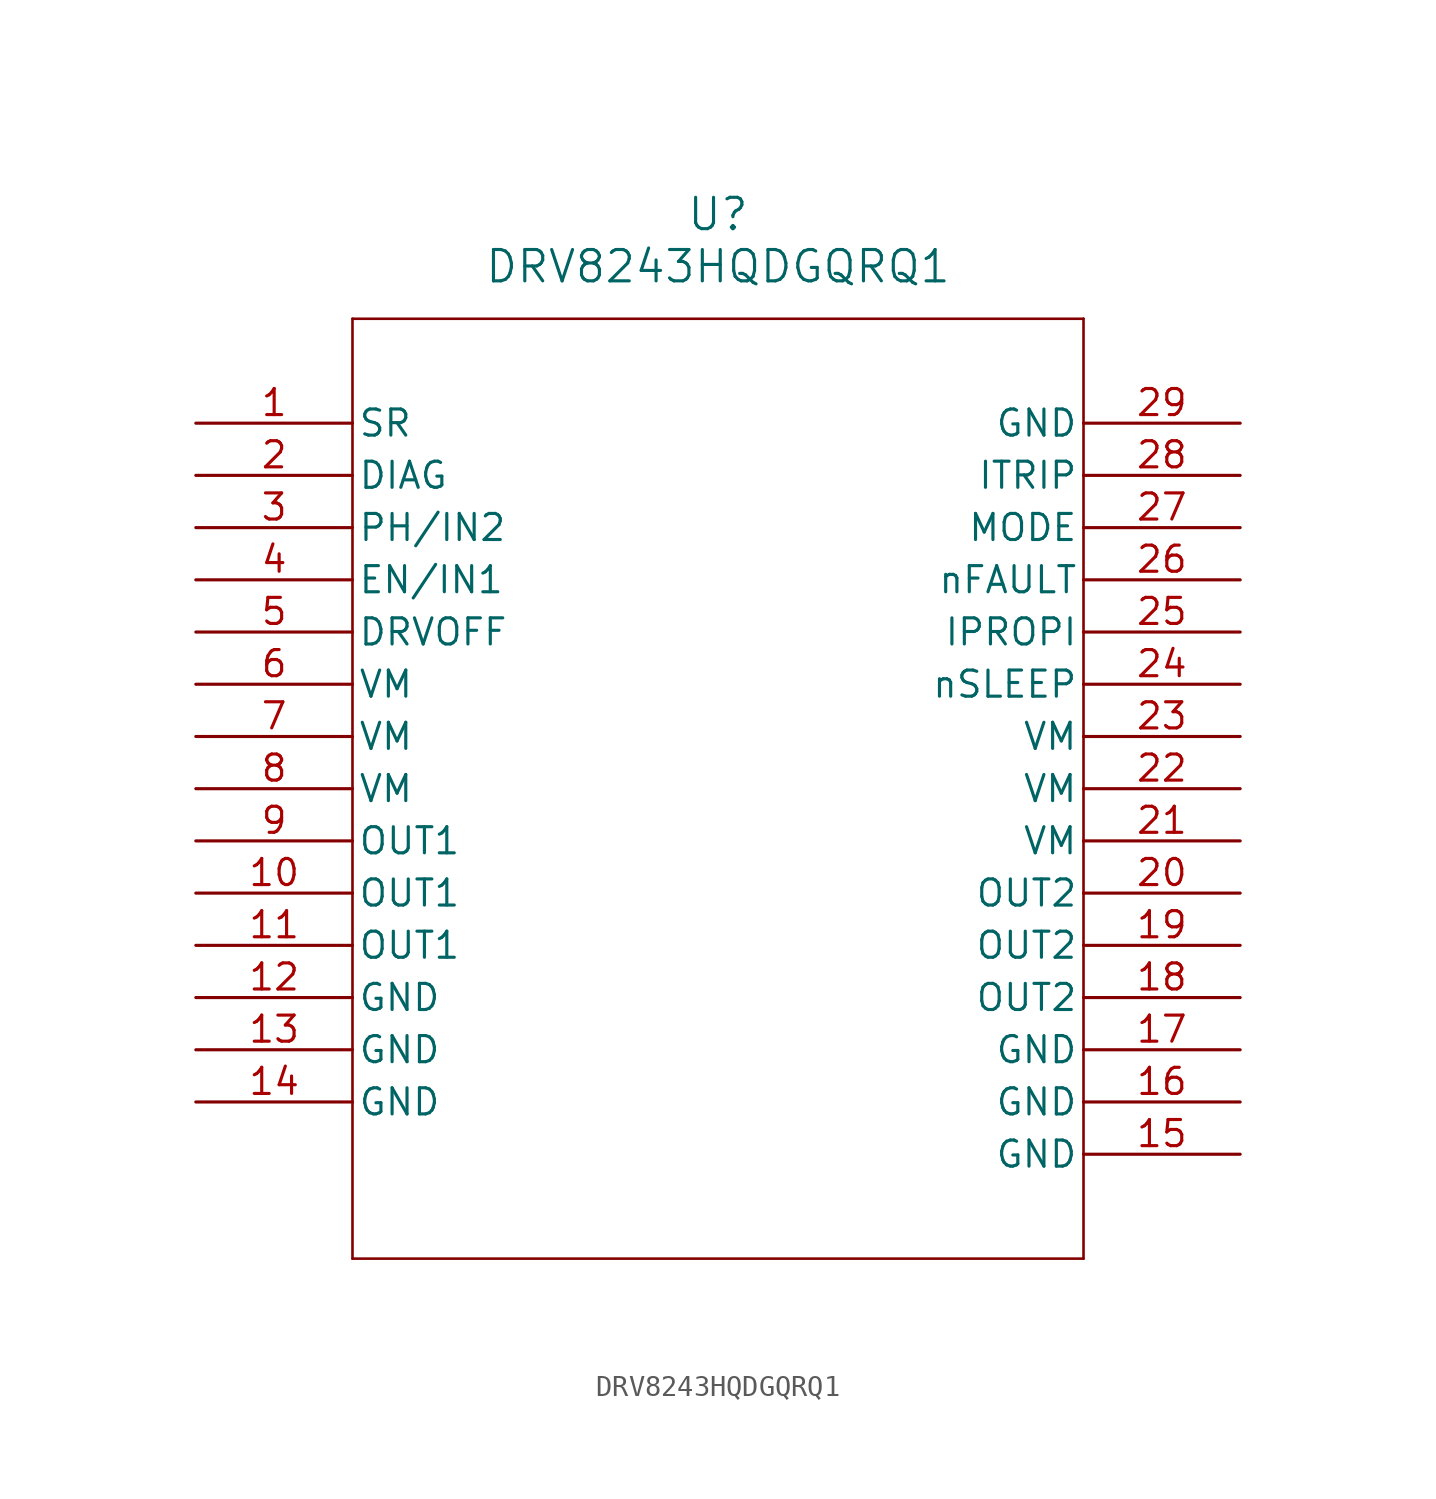
<source format=kicad_sym>
(kicad_symbol_lib
  (version 20211014)
  (generator kicad_symbol_editor)
  (symbol "DRV8243HQDGQRQ1"
    (pin_names
      (offset 0.254))
    (property "Reference" "U"
      (at 25.4 10.16 0)
      (effects (font (size 1.524 1.524))))
    (property "Value" "DRV8243HQDGQRQ1"
      (at 25.4 7.62 0)
      (effects (font (size 1.524 1.524))))
    (symbol "DRV8243HQDGQRQ1_0_1"
      (polyline (pts (xy 7.62 5.08) (xy 7.62 -40.64)) (stroke (width 0.127) (type default) (color 0 0 0 0)) (fill (type none)))
      (polyline (pts (xy 7.62 -40.64) (xy 43.18 -40.64)) (stroke (width 0.127) (type default) (color 0 0 0 0)) (fill (type none)))
      (polyline (pts (xy 43.18 -40.64) (xy 43.18 5.08)) (stroke (width 0.127) (type default) (color 0 0 0 0)) (fill (type none)))
      (polyline (pts (xy 43.18 5.08) (xy 7.62 5.08)) (stroke (width 0.127) (type default) (color 0 0 0 0)) (fill (type none)))
      (pin input line (at 0 0 0) (length 7.62) (name "SR" (effects (font (size 1.27 1.27)))) (number "1" (effects (font (size 1.27 1.27)))))
      (pin input line (at 0 -2.54 0) (length 7.62) (name "DIAG" (effects (font (size 1.27 1.27)))) (number "2" (effects (font (size 1.27 1.27)))))
      (pin input line (at 0 -5.08 0) (length 7.62) (name "PH/IN2" (effects (font (size 1.27 1.27)))) (number "3" (effects (font (size 1.27 1.27)))))
      (pin input line (at 0 -7.62 0) (length 7.62) (name "EN/IN1" (effects (font (size 1.27 1.27)))) (number "4" (effects (font (size 1.27 1.27)))))
      (pin input line (at 0 -10.16 0) (length 7.62) (name "DRVOFF" (effects (font (size 1.27 1.27)))) (number "5" (effects (font (size 1.27 1.27)))))
      (pin power_in line (at 0 -12.7 0) (length 7.62) (name "VM" (effects (font (size 1.27 1.27)))) (number "6" (effects (font (size 1.27 1.27)))))
      (pin power_in line (at 0 -15.24 0) (length 7.62) (name "VM" (effects (font (size 1.27 1.27)))) (number "7" (effects (font (size 1.27 1.27)))))
      (pin power_in line (at 0 -17.78 0) (length 7.62) (name "VM" (effects (font (size 1.27 1.27)))) (number "8" (effects (font (size 1.27 1.27)))))
      (pin power_in line (at 0 -20.32 0) (length 7.62) (name "OUT1" (effects (font (size 1.27 1.27)))) (number "9" (effects (font (size 1.27 1.27)))))
      (pin power_in line (at 0 -22.86 0) (length 7.62) (name "OUT1" (effects (font (size 1.27 1.27)))) (number "10" (effects (font (size 1.27 1.27)))))
      (pin power_in line (at 0 -25.4 0) (length 7.62) (name "OUT1" (effects (font (size 1.27 1.27)))) (number "11" (effects (font (size 1.27 1.27)))))
      (pin power_out line (at 0 -27.94 0) (length 7.62) (name "GND" (effects (font (size 1.27 1.27)))) (number "12" (effects (font (size 1.27 1.27)))))
      (pin power_out line (at 0 -30.48 0) (length 7.62) (name "GND" (effects (font (size 1.27 1.27)))) (number "13" (effects (font (size 1.27 1.27)))))
      (pin power_out line (at 0 -33.02 0) (length 7.62) (name "GND" (effects (font (size 1.27 1.27)))) (number "14" (effects (font (size 1.27 1.27)))))
      (pin power_out line (at 50.8 -35.56 180) (length 7.62) (name "GND" (effects (font (size 1.27 1.27)))) (number "15" (effects (font (size 1.27 1.27)))))
      (pin power_out line (at 50.8 -33.02 180) (length 7.62) (name "GND" (effects (font (size 1.27 1.27)))) (number "16" (effects (font (size 1.27 1.27)))))
      (pin power_out line (at 50.8 -30.48 180) (length 7.62) (name "GND" (effects (font (size 1.27 1.27)))) (number "17" (effects (font (size 1.27 1.27)))))
      (pin power_in line (at 50.8 -27.94 180) (length 7.62) (name "OUT2" (effects (font (size 1.27 1.27)))) (number "18" (effects (font (size 1.27 1.27)))))
      (pin power_in line (at 50.8 -25.4 180) (length 7.62) (name "OUT2" (effects (font (size 1.27 1.27)))) (number "19" (effects (font (size 1.27 1.27)))))
      (pin power_in line (at 50.8 -22.86 180) (length 7.62) (name "OUT2" (effects (font (size 1.27 1.27)))) (number "20" (effects (font (size 1.27 1.27)))))
      (pin power_in line (at 50.8 -20.32 180) (length 7.62) (name "VM" (effects (font (size 1.27 1.27)))) (number "21" (effects (font (size 1.27 1.27)))))
      (pin power_in line (at 50.8 -17.78 180) (length 7.62) (name "VM" (effects (font (size 1.27 1.27)))) (number "22" (effects (font (size 1.27 1.27)))))
      (pin power_in line (at 50.8 -15.24 180) (length 7.62) (name "VM" (effects (font (size 1.27 1.27)))) (number "23" (effects (font (size 1.27 1.27)))))
      (pin input line (at 50.8 -12.7 180) (length 7.62) (name "nSLEEP" (effects (font (size 1.27 1.27)))) (number "24" (effects (font (size 1.27 1.27)))))
      (pin bidirectional line (at 50.8 -10.16 180) (length 7.62) (name "IPROPI" (effects (font (size 1.27 1.27)))) (number "25" (effects (font (size 1.27 1.27)))))
      (pin output line (at 50.8 -7.62 180) (length 7.62) (name "nFAULT" (effects (font (size 1.27 1.27)))) (number "26" (effects (font (size 1.27 1.27)))))
      (pin input line (at 50.8 -5.08 180) (length 7.62) (name "MODE" (effects (font (size 1.27 1.27)))) (number "27" (effects (font (size 1.27 1.27)))))
      (pin input line (at 50.8 -2.54 180) (length 7.62) (name "ITRIP" (effects (font (size 1.27 1.27)))) (number "28" (effects (font (size 1.27 1.27)))))
      (pin power_out line (at 50.8 0 180) (length 7.62) (name "GND" (effects (font (size 1.27 1.27)))) (number "29" (effects (font (size 1.27 1.27))))))))
</source>
